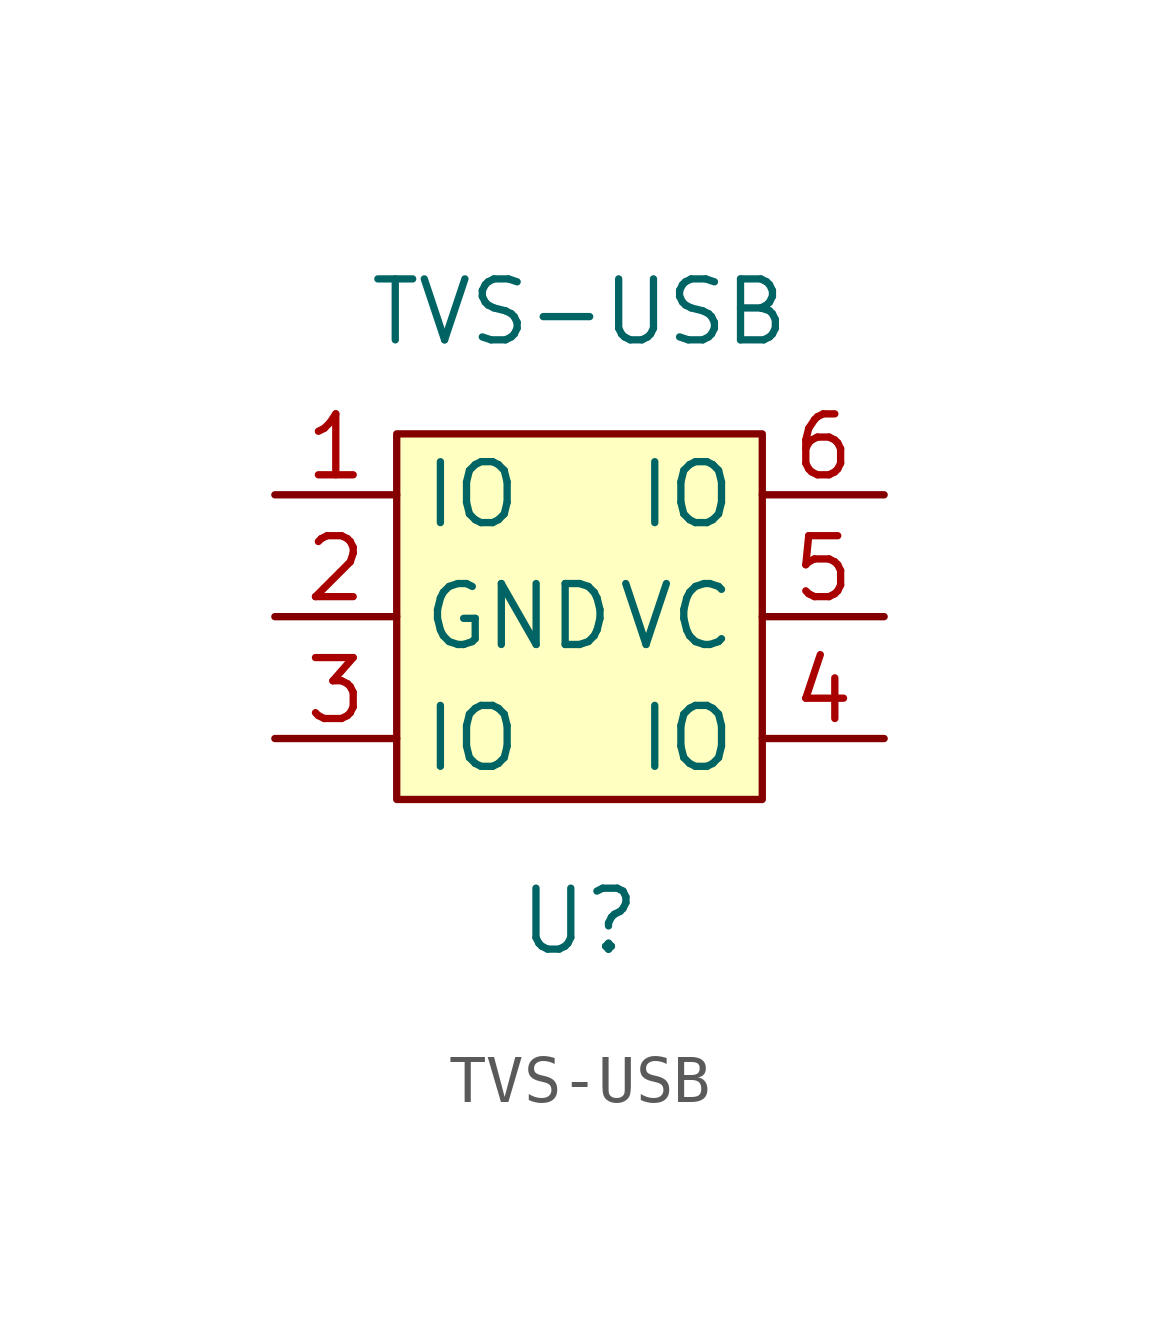
<source format=kicad_sym>
(kicad_symbol_lib
  (version 20211014)
  (generator kicad_symbol_editor)
  (symbol "TVS-USB"
    (property "Reference" "U"
      (at 0 -6.35 0)
      (effects (font (size 1.27 1.27))))
    (property "Value" "TVS-USB"
      (at 0 6.35 0)
      (effects (font (size 1.27 1.27))))
    (symbol "TVS-USB_0_1"
      (rectangle (start -3.81 3.81) (end 3.81 -3.81) (stroke (width 0) (type default) (color 0 0 0 0)) (fill (type background))))
    (symbol "TVS-USB_1_1"
      (pin bidirectional line (at -6.35 2.54 0) (length 2.54) (name "IO" (effects (font (size 1.27 1.27)))) (number "1" (effects (font (size 1.27 1.27)))))
      (pin bidirectional line (at -6.35 0 0) (length 2.54) (name "GND" (effects (font (size 1.27 1.27)))) (number "2" (effects (font (size 1.27 1.27)))))
      (pin bidirectional line (at -6.35 -2.54 0) (length 2.54) (name "IO" (effects (font (size 1.27 1.27)))) (number "3" (effects (font (size 1.27 1.27)))))
      (pin bidirectional line (at 6.35 -2.54 180) (length 2.54) (name "IO" (effects (font (size 1.27 1.27)))) (number "4" (effects (font (size 1.27 1.27)))))
      (pin bidirectional line (at 6.35 0 180) (length 2.54) (name "VC" (effects (font (size 1.27 1.27)))) (number "5" (effects (font (size 1.27 1.27)))))
      (pin bidirectional line (at 6.35 2.54 180) (length 2.54) (name "IO" (effects (font (size 1.27 1.27)))) (number "6" (effects (font (size 1.27 1.27))))))))
</source>
